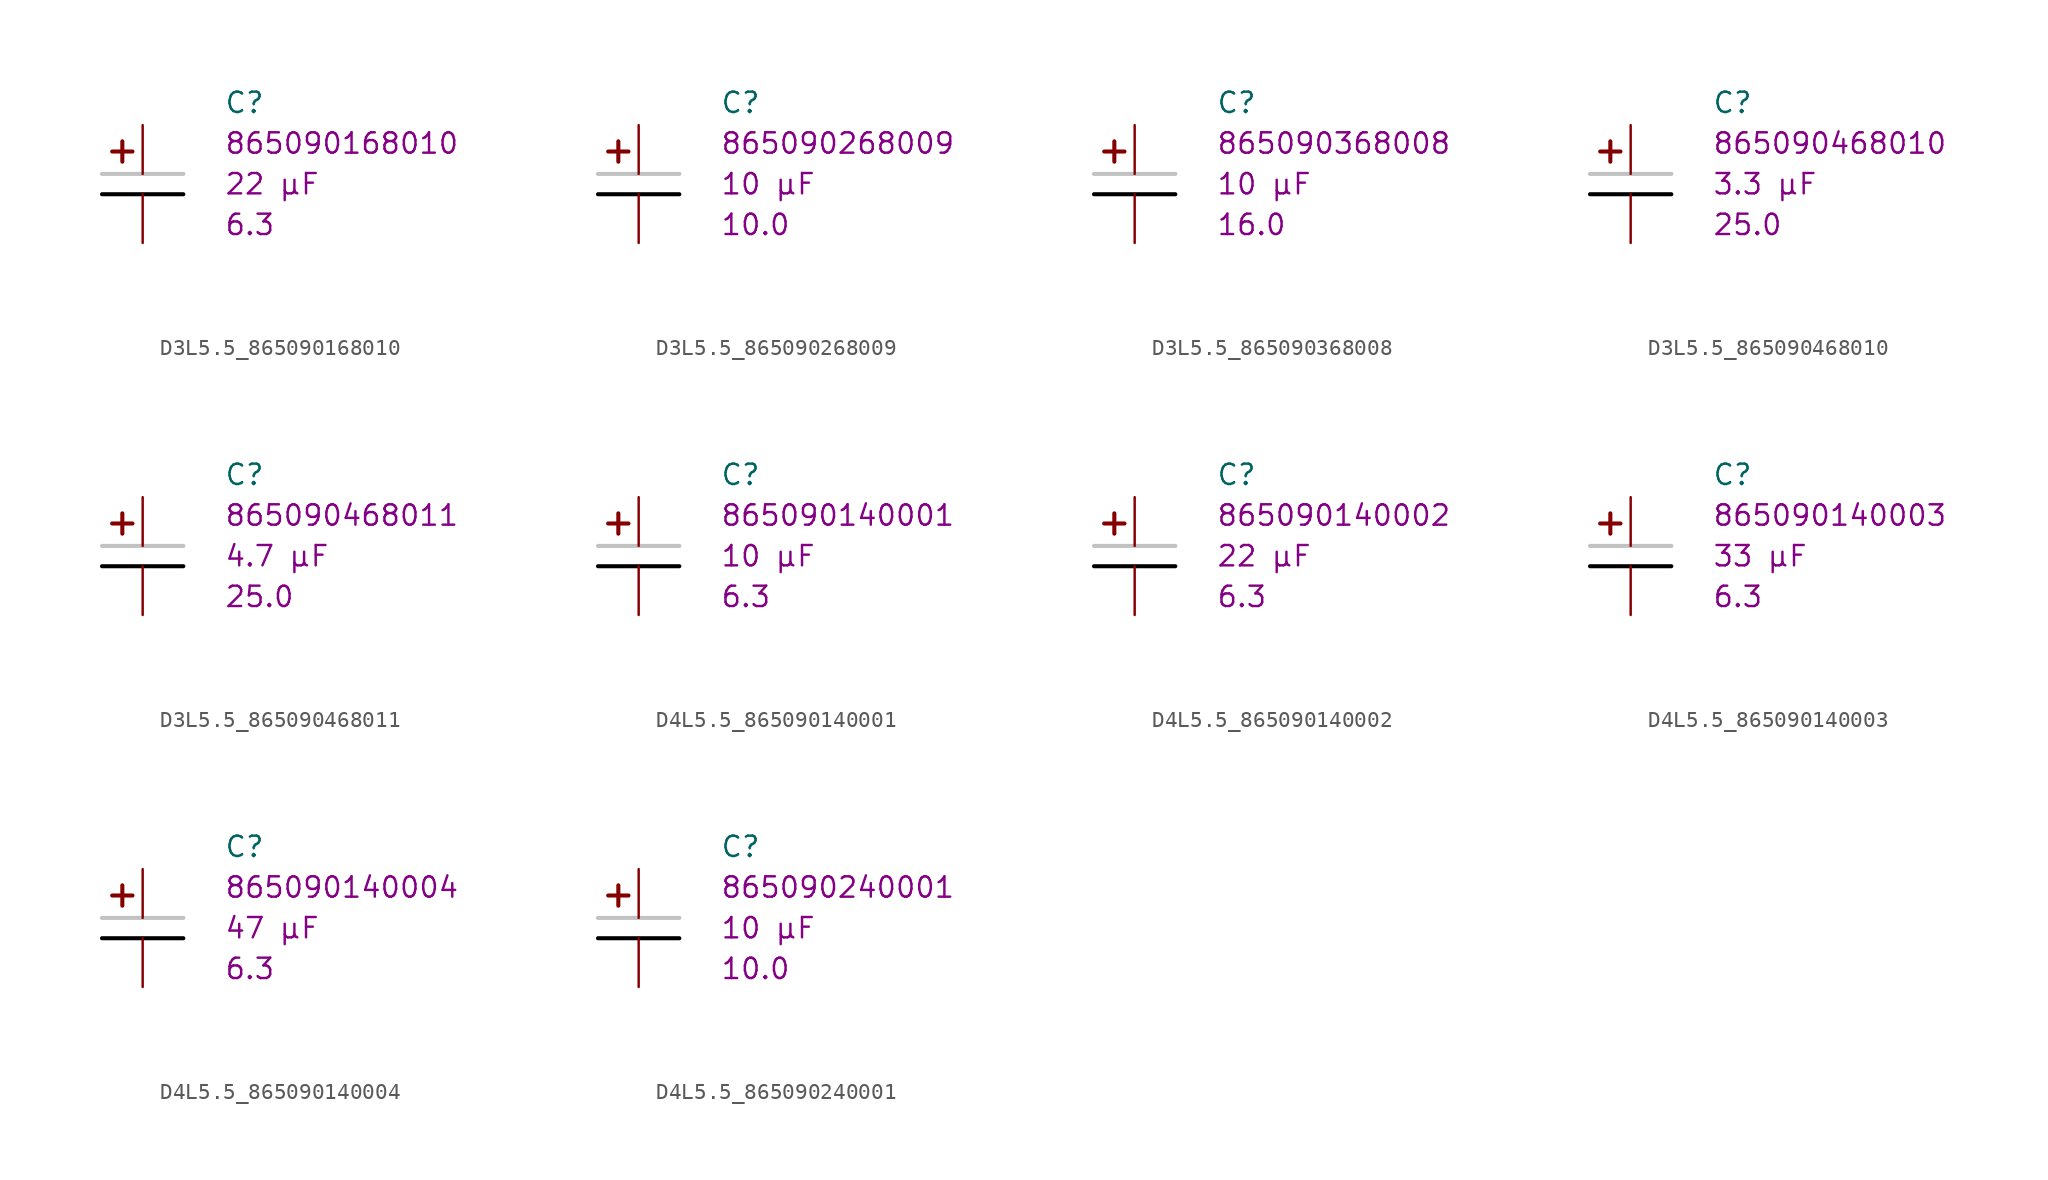
<source format=kicad_sym>
(kicad_symbol_lib
  (version 20220914)
  (generator kicad_symbol_editor)
  (symbol "D3L5.5_865090168010"
    (pin_numbers hide)
    (pin_names hide)
    (property "Reference" "C"
      (at 5.08 5.08 0)
      (effects (font (size 1.27 1.27)) (justify left)))
    (property "Part Number" "865090168010"
      (at 5.08 2.54 0)
      (effects (font (size 1.27 1.27)) (justify left)))
    (property "Capacitance" "22 µF"
      (at 5.08 0 0)
      (effects (font (size 1.27 1.27)) (justify left)))
    (property "Voltage" "6.3"
      (at 5.08 -2.54 0)
      (effects (font (size 1.27 1.27)) (justify left)))
    (property "Critical Parameter" ""
      (at 0 -7.62 0)
      (effects (font (size 1.27 1.27))))
    (symbol "D3L5.5_865090168010_1_1"
      (polyline (pts (xy -1.27 2.667) (xy -1.27 1.397)) (stroke (width 0.254) (type default)) (fill (type none)))
      (polyline (pts (xy -0.635 2.032) (xy -1.905 2.032)) (stroke (width 0.254) (type default)) (fill (type none)))
      (polyline (pts (xy 2.54 -0.635) (xy -2.54 -0.635)) (stroke (width 0.254) (type default) (color 0 0 0 1)) (fill (type none)))
      (polyline (pts (xy 2.54 0.635) (xy -2.54 0.635)) (stroke (width 0.254) (type default) (color 194 194 194 1)) (fill (type none)))
      (pin passive line (at 0 3.679 270) (length 3.044) (name "1" (effects (font (size 1.27 1.27)))) (number "1" (effects (font (size 1.27 1.27)))))
      (pin passive line (at 0 -3.679 90) (length 3.044) (name "2" (effects (font (size 1.27 1.27)))) (number "2" (effects (font (size 1.27 1.27)))))))
  (symbol "D3L5.5_865090268009"
    (pin_numbers hide)
    (pin_names hide)
    (property "Reference" "C"
      (at 5.08 5.08 0)
      (effects (font (size 1.27 1.27)) (justify left)))
    (property "Part Number" "865090268009"
      (at 5.08 2.54 0)
      (effects (font (size 1.27 1.27)) (justify left)))
    (property "Capacitance" "10 µF"
      (at 5.08 0 0)
      (effects (font (size 1.27 1.27)) (justify left)))
    (property "Voltage" "10.0"
      (at 5.08 -2.54 0)
      (effects (font (size 1.27 1.27)) (justify left)))
    (property "Critical Parameter" ""
      (at 0 -7.62 0)
      (effects (font (size 1.27 1.27))))
    (symbol "D3L5.5_865090268009_1_1"
      (polyline (pts (xy -1.27 2.667) (xy -1.27 1.397)) (stroke (width 0.254) (type default)) (fill (type none)))
      (polyline (pts (xy -0.635 2.032) (xy -1.905 2.032)) (stroke (width 0.254) (type default)) (fill (type none)))
      (polyline (pts (xy 2.54 -0.635) (xy -2.54 -0.635)) (stroke (width 0.254) (type default) (color 0 0 0 1)) (fill (type none)))
      (polyline (pts (xy 2.54 0.635) (xy -2.54 0.635)) (stroke (width 0.254) (type default) (color 194 194 194 1)) (fill (type none)))
      (pin passive line (at 0 3.679 270) (length 3.044) (name "1" (effects (font (size 1.27 1.27)))) (number "1" (effects (font (size 1.27 1.27)))))
      (pin passive line (at 0 -3.679 90) (length 3.044) (name "2" (effects (font (size 1.27 1.27)))) (number "2" (effects (font (size 1.27 1.27)))))))
  (symbol "D3L5.5_865090368008"
    (pin_numbers hide)
    (pin_names hide)
    (property "Reference" "C"
      (at 5.08 5.08 0)
      (effects (font (size 1.27 1.27)) (justify left)))
    (property "Part Number" "865090368008"
      (at 5.08 2.54 0)
      (effects (font (size 1.27 1.27)) (justify left)))
    (property "Capacitance" "10 µF"
      (at 5.08 0 0)
      (effects (font (size 1.27 1.27)) (justify left)))
    (property "Voltage" "16.0"
      (at 5.08 -2.54 0)
      (effects (font (size 1.27 1.27)) (justify left)))
    (property "Critical Parameter" ""
      (at 0 -7.62 0)
      (effects (font (size 1.27 1.27))))
    (symbol "D3L5.5_865090368008_1_1"
      (polyline (pts (xy -1.27 2.667) (xy -1.27 1.397)) (stroke (width 0.254) (type default)) (fill (type none)))
      (polyline (pts (xy -0.635 2.032) (xy -1.905 2.032)) (stroke (width 0.254) (type default)) (fill (type none)))
      (polyline (pts (xy 2.54 -0.635) (xy -2.54 -0.635)) (stroke (width 0.254) (type default) (color 0 0 0 1)) (fill (type none)))
      (polyline (pts (xy 2.54 0.635) (xy -2.54 0.635)) (stroke (width 0.254) (type default) (color 194 194 194 1)) (fill (type none)))
      (pin passive line (at 0 3.679 270) (length 3.044) (name "1" (effects (font (size 1.27 1.27)))) (number "1" (effects (font (size 1.27 1.27)))))
      (pin passive line (at 0 -3.679 90) (length 3.044) (name "2" (effects (font (size 1.27 1.27)))) (number "2" (effects (font (size 1.27 1.27)))))))
  (symbol "D3L5.5_865090468010"
    (pin_numbers hide)
    (pin_names hide)
    (property "Reference" "C"
      (at 5.08 5.08 0)
      (effects (font (size 1.27 1.27)) (justify left)))
    (property "Part Number" "865090468010"
      (at 5.08 2.54 0)
      (effects (font (size 1.27 1.27)) (justify left)))
    (property "Capacitance" "3.3 µF"
      (at 5.08 0 0)
      (effects (font (size 1.27 1.27)) (justify left)))
    (property "Voltage" "25.0"
      (at 5.08 -2.54 0)
      (effects (font (size 1.27 1.27)) (justify left)))
    (property "Critical Parameter" ""
      (at 0 -7.62 0)
      (effects (font (size 1.27 1.27))))
    (symbol "D3L5.5_865090468010_1_1"
      (polyline (pts (xy -1.27 2.667) (xy -1.27 1.397)) (stroke (width 0.254) (type default)) (fill (type none)))
      (polyline (pts (xy -0.635 2.032) (xy -1.905 2.032)) (stroke (width 0.254) (type default)) (fill (type none)))
      (polyline (pts (xy 2.54 -0.635) (xy -2.54 -0.635)) (stroke (width 0.254) (type default) (color 0 0 0 1)) (fill (type none)))
      (polyline (pts (xy 2.54 0.635) (xy -2.54 0.635)) (stroke (width 0.254) (type default) (color 194 194 194 1)) (fill (type none)))
      (pin passive line (at 0 3.679 270) (length 3.044) (name "1" (effects (font (size 1.27 1.27)))) (number "1" (effects (font (size 1.27 1.27)))))
      (pin passive line (at 0 -3.679 90) (length 3.044) (name "2" (effects (font (size 1.27 1.27)))) (number "2" (effects (font (size 1.27 1.27)))))))
  (symbol "D3L5.5_865090468011"
    (pin_numbers hide)
    (pin_names hide)
    (property "Reference" "C"
      (at 5.08 5.08 0)
      (effects (font (size 1.27 1.27)) (justify left)))
    (property "Part Number" "865090468011"
      (at 5.08 2.54 0)
      (effects (font (size 1.27 1.27)) (justify left)))
    (property "Capacitance" "4.7 µF"
      (at 5.08 0 0)
      (effects (font (size 1.27 1.27)) (justify left)))
    (property "Voltage" "25.0"
      (at 5.08 -2.54 0)
      (effects (font (size 1.27 1.27)) (justify left)))
    (property "Critical Parameter" ""
      (at 0 -7.62 0)
      (effects (font (size 1.27 1.27))))
    (symbol "D3L5.5_865090468011_1_1"
      (polyline (pts (xy -1.27 2.667) (xy -1.27 1.397)) (stroke (width 0.254) (type default)) (fill (type none)))
      (polyline (pts (xy -0.635 2.032) (xy -1.905 2.032)) (stroke (width 0.254) (type default)) (fill (type none)))
      (polyline (pts (xy 2.54 -0.635) (xy -2.54 -0.635)) (stroke (width 0.254) (type default) (color 0 0 0 1)) (fill (type none)))
      (polyline (pts (xy 2.54 0.635) (xy -2.54 0.635)) (stroke (width 0.254) (type default) (color 194 194 194 1)) (fill (type none)))
      (pin passive line (at 0 3.679 270) (length 3.044) (name "1" (effects (font (size 1.27 1.27)))) (number "1" (effects (font (size 1.27 1.27)))))
      (pin passive line (at 0 -3.679 90) (length 3.044) (name "2" (effects (font (size 1.27 1.27)))) (number "2" (effects (font (size 1.27 1.27)))))))
  (symbol "D4L5.5_865090140001"
    (pin_numbers hide)
    (pin_names hide)
    (property "Reference" "C"
      (at 5.08 5.08 0)
      (effects (font (size 1.27 1.27)) (justify left)))
    (property "Part Number" "865090140001"
      (at 5.08 2.54 0)
      (effects (font (size 1.27 1.27)) (justify left)))
    (property "Capacitance" "10 µF"
      (at 5.08 0 0)
      (effects (font (size 1.27 1.27)) (justify left)))
    (property "Voltage" "6.3"
      (at 5.08 -2.54 0)
      (effects (font (size 1.27 1.27)) (justify left)))
    (property "Critical Parameter" ""
      (at 0 -7.62 0)
      (effects (font (size 1.27 1.27))))
    (symbol "D4L5.5_865090140001_1_1"
      (polyline (pts (xy -1.27 2.667) (xy -1.27 1.397)) (stroke (width 0.254) (type default)) (fill (type none)))
      (polyline (pts (xy -0.635 2.032) (xy -1.905 2.032)) (stroke (width 0.254) (type default)) (fill (type none)))
      (polyline (pts (xy 2.54 -0.635) (xy -2.54 -0.635)) (stroke (width 0.254) (type default) (color 0 0 0 1)) (fill (type none)))
      (polyline (pts (xy 2.54 0.635) (xy -2.54 0.635)) (stroke (width 0.254) (type default) (color 194 194 194 1)) (fill (type none)))
      (pin passive line (at 0 3.679 270) (length 3.044) (name "1" (effects (font (size 1.27 1.27)))) (number "1" (effects (font (size 1.27 1.27)))))
      (pin passive line (at 0 -3.679 90) (length 3.044) (name "2" (effects (font (size 1.27 1.27)))) (number "2" (effects (font (size 1.27 1.27)))))))
  (symbol "D4L5.5_865090140002"
    (pin_numbers hide)
    (pin_names hide)
    (property "Reference" "C"
      (at 5.08 5.08 0)
      (effects (font (size 1.27 1.27)) (justify left)))
    (property "Part Number" "865090140002"
      (at 5.08 2.54 0)
      (effects (font (size 1.27 1.27)) (justify left)))
    (property "Capacitance" "22 µF"
      (at 5.08 0 0)
      (effects (font (size 1.27 1.27)) (justify left)))
    (property "Voltage" "6.3"
      (at 5.08 -2.54 0)
      (effects (font (size 1.27 1.27)) (justify left)))
    (property "Critical Parameter" ""
      (at 0 -7.62 0)
      (effects (font (size 1.27 1.27))))
    (symbol "D4L5.5_865090140002_1_1"
      (polyline (pts (xy -1.27 2.667) (xy -1.27 1.397)) (stroke (width 0.254) (type default)) (fill (type none)))
      (polyline (pts (xy -0.635 2.032) (xy -1.905 2.032)) (stroke (width 0.254) (type default)) (fill (type none)))
      (polyline (pts (xy 2.54 -0.635) (xy -2.54 -0.635)) (stroke (width 0.254) (type default) (color 0 0 0 1)) (fill (type none)))
      (polyline (pts (xy 2.54 0.635) (xy -2.54 0.635)) (stroke (width 0.254) (type default) (color 194 194 194 1)) (fill (type none)))
      (pin passive line (at 0 3.679 270) (length 3.044) (name "1" (effects (font (size 1.27 1.27)))) (number "1" (effects (font (size 1.27 1.27)))))
      (pin passive line (at 0 -3.679 90) (length 3.044) (name "2" (effects (font (size 1.27 1.27)))) (number "2" (effects (font (size 1.27 1.27)))))))
  (symbol "D4L5.5_865090140003"
    (pin_numbers hide)
    (pin_names hide)
    (property "Reference" "C"
      (at 5.08 5.08 0)
      (effects (font (size 1.27 1.27)) (justify left)))
    (property "Part Number" "865090140003"
      (at 5.08 2.54 0)
      (effects (font (size 1.27 1.27)) (justify left)))
    (property "Capacitance" "33 µF"
      (at 5.08 0 0)
      (effects (font (size 1.27 1.27)) (justify left)))
    (property "Voltage" "6.3"
      (at 5.08 -2.54 0)
      (effects (font (size 1.27 1.27)) (justify left)))
    (property "Critical Parameter" ""
      (at 0 -7.62 0)
      (effects (font (size 1.27 1.27))))
    (symbol "D4L5.5_865090140003_1_1"
      (polyline (pts (xy -1.27 2.667) (xy -1.27 1.397)) (stroke (width 0.254) (type default)) (fill (type none)))
      (polyline (pts (xy -0.635 2.032) (xy -1.905 2.032)) (stroke (width 0.254) (type default)) (fill (type none)))
      (polyline (pts (xy 2.54 -0.635) (xy -2.54 -0.635)) (stroke (width 0.254) (type default) (color 0 0 0 1)) (fill (type none)))
      (polyline (pts (xy 2.54 0.635) (xy -2.54 0.635)) (stroke (width 0.254) (type default) (color 194 194 194 1)) (fill (type none)))
      (pin passive line (at 0 3.679 270) (length 3.044) (name "1" (effects (font (size 1.27 1.27)))) (number "1" (effects (font (size 1.27 1.27)))))
      (pin passive line (at 0 -3.679 90) (length 3.044) (name "2" (effects (font (size 1.27 1.27)))) (number "2" (effects (font (size 1.27 1.27)))))))
  (symbol "D4L5.5_865090140004"
    (pin_numbers hide)
    (pin_names hide)
    (property "Reference" "C"
      (at 5.08 5.08 0)
      (effects (font (size 1.27 1.27)) (justify left)))
    (property "Part Number" "865090140004"
      (at 5.08 2.54 0)
      (effects (font (size 1.27 1.27)) (justify left)))
    (property "Capacitance" "47 µF"
      (at 5.08 0 0)
      (effects (font (size 1.27 1.27)) (justify left)))
    (property "Voltage" "6.3"
      (at 5.08 -2.54 0)
      (effects (font (size 1.27 1.27)) (justify left)))
    (property "Critical Parameter" ""
      (at 0 -7.62 0)
      (effects (font (size 1.27 1.27))))
    (symbol "D4L5.5_865090140004_1_1"
      (polyline (pts (xy -1.27 2.667) (xy -1.27 1.397)) (stroke (width 0.254) (type default)) (fill (type none)))
      (polyline (pts (xy -0.635 2.032) (xy -1.905 2.032)) (stroke (width 0.254) (type default)) (fill (type none)))
      (polyline (pts (xy 2.54 -0.635) (xy -2.54 -0.635)) (stroke (width 0.254) (type default) (color 0 0 0 1)) (fill (type none)))
      (polyline (pts (xy 2.54 0.635) (xy -2.54 0.635)) (stroke (width 0.254) (type default) (color 194 194 194 1)) (fill (type none)))
      (pin passive line (at 0 3.679 270) (length 3.044) (name "1" (effects (font (size 1.27 1.27)))) (number "1" (effects (font (size 1.27 1.27)))))
      (pin passive line (at 0 -3.679 90) (length 3.044) (name "2" (effects (font (size 1.27 1.27)))) (number "2" (effects (font (size 1.27 1.27)))))))
  (symbol "D4L5.5_865090240001"
    (pin_numbers hide)
    (pin_names hide)
    (property "Reference" "C"
      (at 5.08 5.08 0)
      (effects (font (size 1.27 1.27)) (justify left)))
    (property "Part Number" "865090240001"
      (at 5.08 2.54 0)
      (effects (font (size 1.27 1.27)) (justify left)))
    (property "Capacitance" "10 µF"
      (at 5.08 0 0)
      (effects (font (size 1.27 1.27)) (justify left)))
    (property "Voltage" "10.0"
      (at 5.08 -2.54 0)
      (effects (font (size 1.27 1.27)) (justify left)))
    (property "Critical Parameter" ""
      (at 0 -7.62 0)
      (effects (font (size 1.27 1.27))))
    (symbol "D4L5.5_865090240001_1_1"
      (polyline (pts (xy -1.27 2.667) (xy -1.27 1.397)) (stroke (width 0.254) (type default)) (fill (type none)))
      (polyline (pts (xy -0.635 2.032) (xy -1.905 2.032)) (stroke (width 0.254) (type default)) (fill (type none)))
      (polyline (pts (xy 2.54 -0.635) (xy -2.54 -0.635)) (stroke (width 0.254) (type default) (color 0 0 0 1)) (fill (type none)))
      (polyline (pts (xy 2.54 0.635) (xy -2.54 0.635)) (stroke (width 0.254) (type default) (color 194 194 194 1)) (fill (type none)))
      (pin passive line (at 0 3.679 270) (length 3.044) (name "1" (effects (font (size 1.27 1.27)))) (number "1" (effects (font (size 1.27 1.27)))))
      (pin passive line (at 0 -3.679 90) (length 3.044) (name "2" (effects (font (size 1.27 1.27)))) (number "2" (effects (font (size 1.27 1.27))))))))
</source>
